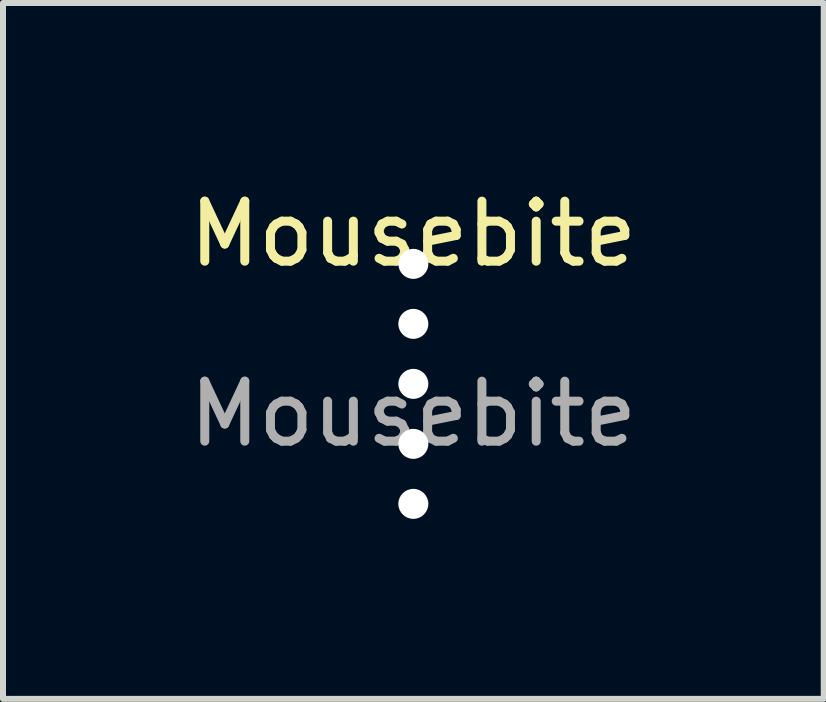
<source format=kicad_pcb>
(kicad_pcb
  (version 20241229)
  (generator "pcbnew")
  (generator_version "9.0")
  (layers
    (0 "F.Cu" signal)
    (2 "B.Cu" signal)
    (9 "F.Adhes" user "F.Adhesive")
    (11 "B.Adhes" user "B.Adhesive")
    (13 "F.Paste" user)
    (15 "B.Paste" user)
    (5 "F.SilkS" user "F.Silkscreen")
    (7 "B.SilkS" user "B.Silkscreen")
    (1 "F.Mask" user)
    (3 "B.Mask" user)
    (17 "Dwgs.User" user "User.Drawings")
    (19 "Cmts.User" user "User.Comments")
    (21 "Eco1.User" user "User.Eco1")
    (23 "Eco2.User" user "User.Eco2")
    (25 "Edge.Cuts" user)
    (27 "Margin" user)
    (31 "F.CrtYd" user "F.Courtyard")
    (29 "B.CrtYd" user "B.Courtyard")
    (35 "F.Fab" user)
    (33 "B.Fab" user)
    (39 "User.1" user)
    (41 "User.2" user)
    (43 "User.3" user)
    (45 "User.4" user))
  (footprint "Mousebite"
    (layer "F.Cu")
    (at 3.839 1.348)
    (property "Reference" "Mousebite" (at 0 -0.5 0) (unlocked yes) (layer "F.SilkS") (effects (font (size 1 1) (thickness 0.15))))
    (fp_text user "${REFERENCE}" (at 0 2.5 0) (unlocked yes) (layer "F.Fab") (effects (font (size 1 1) (thickness 0.15))))
    (pad "" np_thru_hole circle (at 0 0) (size 0.5 0.5) (drill 0.5) (layers "*.Cu" "*.Mask"))
    (pad "" np_thru_hole circle (at 0 1) (size 0.5 0.5) (drill 0.5) (layers "*.Cu" "*.Mask"))
    (pad "" np_thru_hole circle (at 0 2) (size 0.5 0.5) (drill 0.5) (layers "*.Cu" "*.Mask"))
    (pad "" np_thru_hole circle (at 0 3) (size 0.5 0.5) (drill 0.5) (layers "*.Cu" "*.Mask"))
    (pad "" np_thru_hole circle (at 0 4) (size 0.5 0.5) (drill 0.5) (layers "*.Cu" "*.Mask")))
  (gr_rect
    (start -3 -3)
    (end 10.679 8.598)
    (stroke (width 0.1) (type default))
    (fill no)
    (layer "Edge.Cuts")))
</source>
